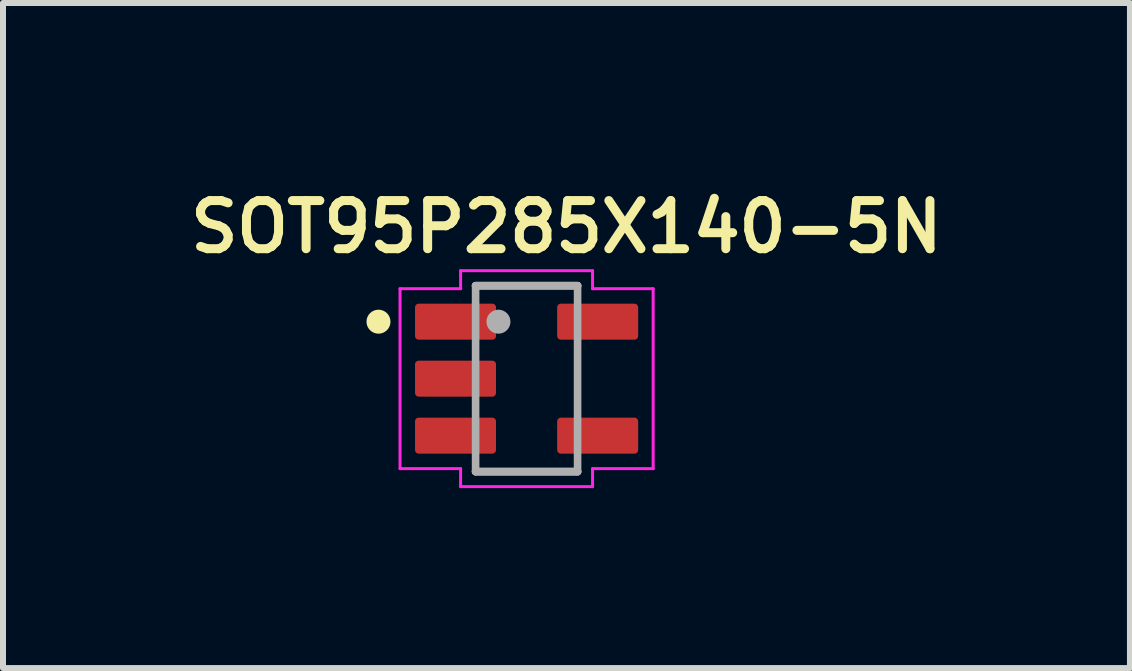
<source format=kicad_pcb>
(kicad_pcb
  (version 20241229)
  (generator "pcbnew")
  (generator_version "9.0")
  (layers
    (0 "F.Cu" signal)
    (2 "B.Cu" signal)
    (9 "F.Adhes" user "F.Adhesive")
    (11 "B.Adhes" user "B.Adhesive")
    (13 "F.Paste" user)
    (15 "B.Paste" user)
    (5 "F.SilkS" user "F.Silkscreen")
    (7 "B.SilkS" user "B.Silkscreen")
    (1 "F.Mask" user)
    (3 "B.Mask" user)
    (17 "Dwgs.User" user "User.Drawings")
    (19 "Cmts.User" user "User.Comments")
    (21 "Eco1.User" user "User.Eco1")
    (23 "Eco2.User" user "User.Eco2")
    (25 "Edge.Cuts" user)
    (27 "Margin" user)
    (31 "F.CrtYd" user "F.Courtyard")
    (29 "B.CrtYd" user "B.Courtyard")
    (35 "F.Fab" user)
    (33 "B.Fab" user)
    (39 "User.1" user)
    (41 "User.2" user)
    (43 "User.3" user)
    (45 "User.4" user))
  (footprint "SOT95P285X140-5N"
    (layer "F.Cu")
    (at 5.729 3.263)
    (property "Reference" "SOT95P285X140-5N" (at 0.664 -2.53 0) (layer "F.SilkS") (effects (font (size 0.803 0.803) (thickness 0.15))))
    (attr smd)
    (fp_line (start 0.85 -1.55) (end -0.85 -1.55) (stroke (width 0.127) (type solid)) (layer "F.SilkS"))
    (fp_line (start 0.85 1.55) (end -0.85 1.55) (stroke (width 0.127) (type solid)) (layer "F.SilkS"))
    (fp_circle (center -2.469 -0.95) (end -2.369 -0.95) (stroke (width 0.2) (type solid)) (fill no) (layer "F.SilkS"))
    (fp_line (start -2.11 -1.5) (end -2.11 1.5) (stroke (width 0.05) (type solid)) (layer "F.CrtYd"))
    (fp_line (start -2.11 1.5) (end -1.1 1.5) (stroke (width 0.05) (type solid)) (layer "F.CrtYd"))
    (fp_line (start -1.1 -1.8) (end -1.1 -1.5) (stroke (width 0.05) (type solid)) (layer "F.CrtYd"))
    (fp_line (start -1.1 -1.5) (end -2.11 -1.5) (stroke (width 0.05) (type solid)) (layer "F.CrtYd"))
    (fp_line (start -1.1 1.5) (end -1.1 1.8) (stroke (width 0.05) (type solid)) (layer "F.CrtYd"))
    (fp_line (start -1.1 1.8) (end 1.1 1.8) (stroke (width 0.05) (type solid)) (layer "F.CrtYd"))
    (fp_line (start 1.1 -1.8) (end -1.1 -1.8) (stroke (width 0.05) (type solid)) (layer "F.CrtYd"))
    (fp_line (start 1.1 -1.5) (end 1.1 -1.8) (stroke (width 0.05) (type solid)) (layer "F.CrtYd"))
    (fp_line (start 1.1 1.5) (end 2.11 1.5) (stroke (width 0.05) (type solid)) (layer "F.CrtYd"))
    (fp_line (start 1.1 1.8) (end 1.1 1.5) (stroke (width 0.05) (type solid)) (layer "F.CrtYd"))
    (fp_line (start 2.11 -1.5) (end 1.1 -1.5) (stroke (width 0.05) (type solid)) (layer "F.CrtYd"))
    (fp_line (start 2.11 1.5) (end 2.11 -1.5) (stroke (width 0.05) (type solid)) (layer "F.CrtYd"))
    (fp_line (start -0.85 -1.55) (end 0.85 -1.55) (stroke (width 0.127) (type solid)) (layer "F.Fab"))
    (fp_line (start -0.85 1.55) (end -0.85 -1.55) (stroke (width 0.127) (type solid)) (layer "F.Fab"))
    (fp_line (start 0.85 -1.55) (end 0.85 1.55) (stroke (width 0.127) (type solid)) (layer "F.Fab"))
    (fp_line (start 0.85 1.55) (end -0.85 1.55) (stroke (width 0.127) (type solid)) (layer "F.Fab"))
    (fp_circle (center -0.469 -0.95) (end -0.369 -0.95) (stroke (width 0.2) (type solid)) (fill no) (layer "F.Fab"))
    (pad "1" smd roundrect (at -1.185 -0.95 270) (size 0.6 1.35) (layers "F.Cu" "F.Mask" "F.Paste") (roundrect_rratio 0.1))
    (pad "2" smd roundrect (at -1.185 0 270) (size 0.6 1.35) (layers "F.Cu" "F.Mask" "F.Paste") (roundrect_rratio 0.1))
    (pad "3" smd roundrect (at -1.185 0.95 270) (size 0.6 1.35) (layers "F.Cu" "F.Mask" "F.Paste") (roundrect_rratio 0.1))
    (pad "4" smd roundrect (at 1.185 0.95 270) (size 0.6 1.35) (layers "F.Cu" "F.Mask" "F.Paste") (roundrect_rratio 0.1))
    (pad "5" smd roundrect (at 1.185 -0.95 270) (size 0.6 1.35) (layers "F.Cu" "F.Mask" "F.Paste") (roundrect_rratio 0.1)))
  (gr_rect
    (start -3 -3)
    (end 15.788 8.088)
    (stroke (width 0.1) (type default))
    (fill no)
    (layer "Edge.Cuts")))
</source>
